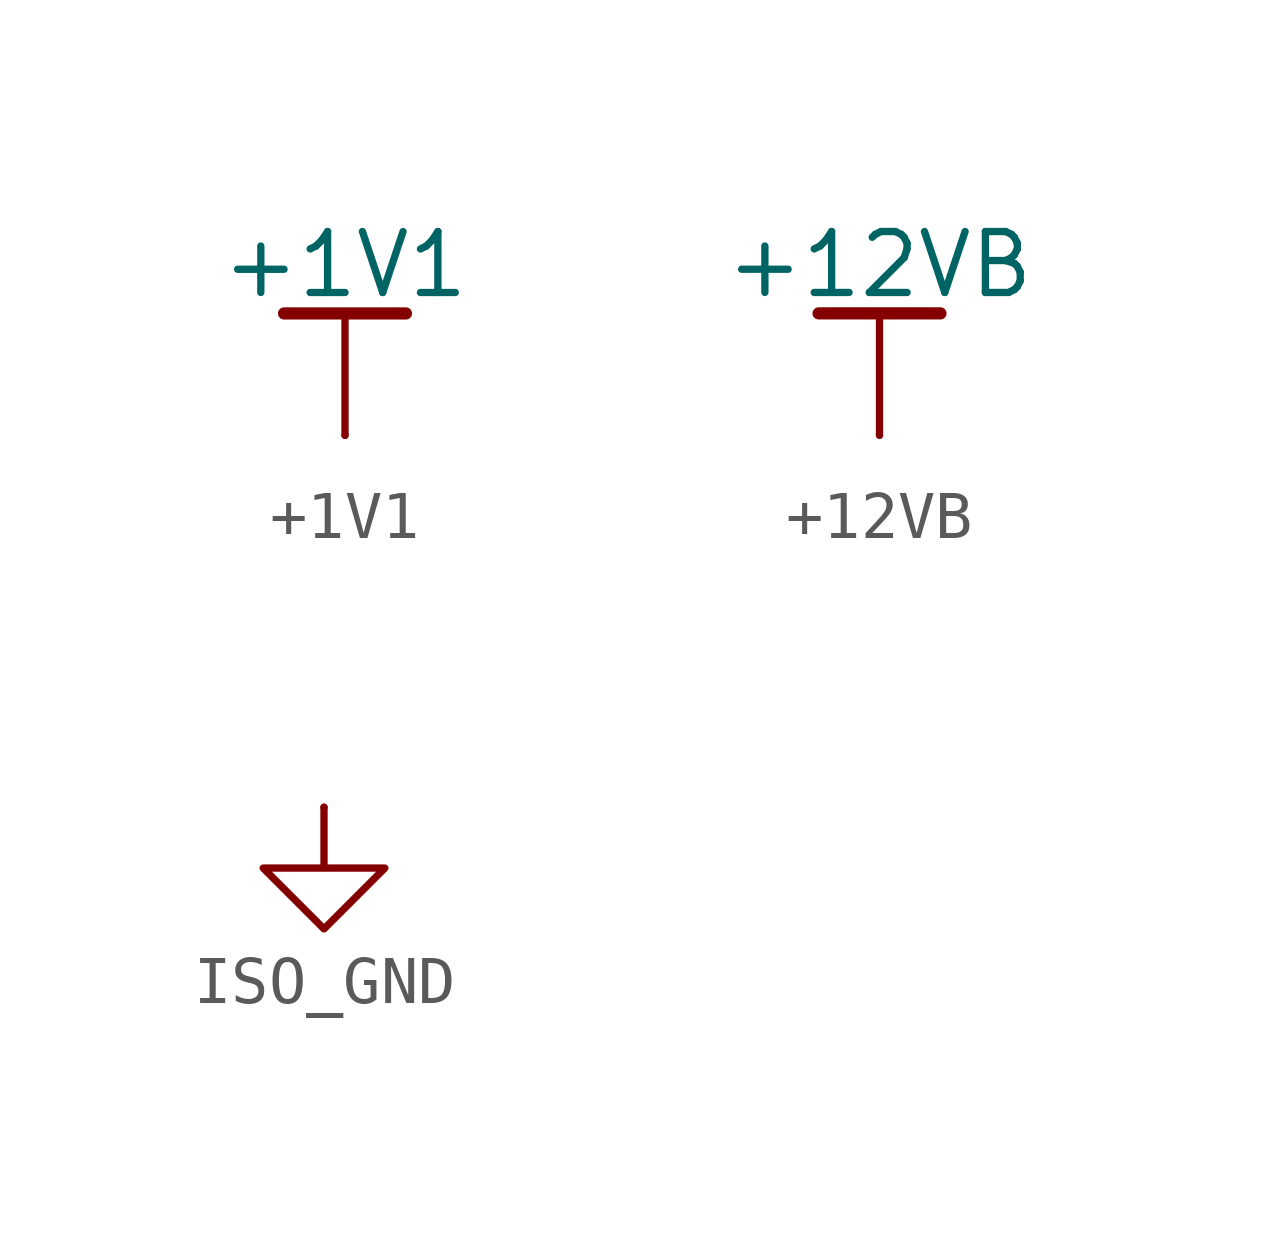
<source format=kicad_sym>
(kicad_symbol_lib
  (version 20241209)
  (generator "kicad_symbol_editor")
  (generator_version "9.0")
  (symbol "+1V1"
    (power)
    (pin_numbers
      (hide yes))
    (pin_names
      (offset 0)
      (hide yes))
    (property "Reference" "#PWR"
      (at 0 -3.81 0)
      (effects (font (size 1.27 1.27)) (hide yes)))
    (property "Value" "+1V1"
      (at 0 3.556 0)
      (do_not_autoplace)
      (effects (font (size 1.27 1.27))))
    (symbol "+1V1_0_1"
      (polyline (pts (xy -1.27 2.54) (xy 1.27 2.54)) (stroke (width 0.254) (type default)) (fill (type none)))
      (polyline (pts (xy 0 0) (xy 0 2.54)) (stroke (width 0) (type default)) (fill (type none))))
    (symbol "+1V1_1_1"
      (pin power_in line (at 0 0 90) (length 0) (name "~" (effects (font (size 1.27 1.27)))) (number "1" (effects (font (size 1.27 1.27)))))))
  (symbol "+12VB"
    (power)
    (pin_numbers
      (hide yes))
    (pin_names
      (offset 0)
      (hide yes))
    (property "Reference" "#PWR"
      (at 0 -3.81 0)
      (effects (font (size 1.27 1.27)) (hide yes)))
    (property "Value" "+12VB"
      (at 0 3.556 0)
      (do_not_autoplace)
      (effects (font (size 1.27 1.27))))
    (symbol "+12VB_0_1"
      (polyline (pts (xy -1.27 2.54) (xy 1.27 2.54)) (stroke (width 0.254) (type default)) (fill (type none)))
      (polyline (pts (xy 0 0) (xy 0 2.54)) (stroke (width 0) (type default)) (fill (type none))))
    (symbol "+12VB_1_1"
      (pin power_in line (at 0 0 90) (length 0) (name "~" (effects (font (size 1.27 1.27)))) (number "1" (effects (font (size 1.27 1.27)))))))
  (symbol "ISO_GND"
    (power)
    (pin_numbers
      (hide yes))
    (pin_names
      (offset 0)
      (hide yes))
    (property "Reference" "#PWR"
      (at 0 -6.35 0)
      (effects (font (size 1.27 1.27)) (hide yes)))
    (symbol "ISO_GND_0_1"
      (polyline (pts (xy 0 0) (xy 0 -1.27) (xy 1.27 -1.27) (xy 0 -2.54) (xy -1.27 -1.27) (xy 0 -1.27)) (stroke (width 0) (type default)) (fill (type none))))
    (symbol "ISO_GND_1_1"
      (pin power_in line (at 0 0 270) (length 0) (name "~" (effects (font (size 1.27 1.27)))) (number "1" (effects (font (size 1.27 1.27))))))))
</source>
